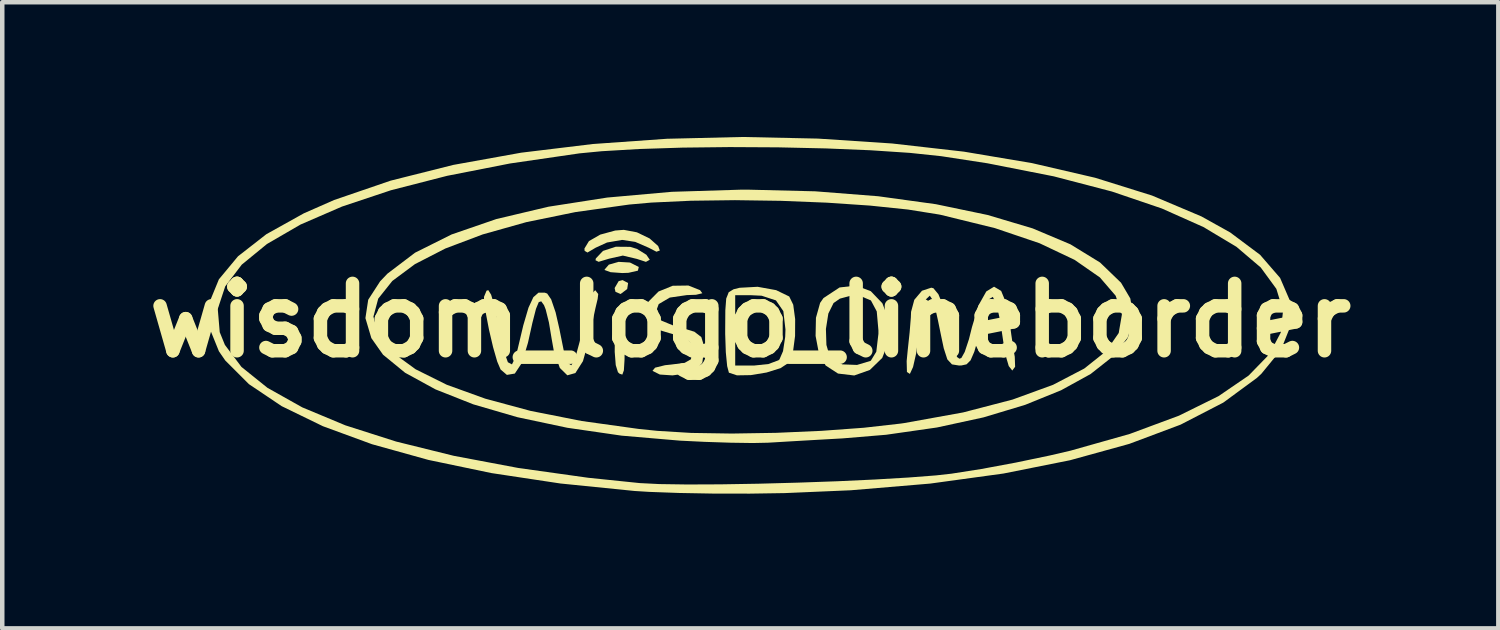
<source format=kicad_pcb>
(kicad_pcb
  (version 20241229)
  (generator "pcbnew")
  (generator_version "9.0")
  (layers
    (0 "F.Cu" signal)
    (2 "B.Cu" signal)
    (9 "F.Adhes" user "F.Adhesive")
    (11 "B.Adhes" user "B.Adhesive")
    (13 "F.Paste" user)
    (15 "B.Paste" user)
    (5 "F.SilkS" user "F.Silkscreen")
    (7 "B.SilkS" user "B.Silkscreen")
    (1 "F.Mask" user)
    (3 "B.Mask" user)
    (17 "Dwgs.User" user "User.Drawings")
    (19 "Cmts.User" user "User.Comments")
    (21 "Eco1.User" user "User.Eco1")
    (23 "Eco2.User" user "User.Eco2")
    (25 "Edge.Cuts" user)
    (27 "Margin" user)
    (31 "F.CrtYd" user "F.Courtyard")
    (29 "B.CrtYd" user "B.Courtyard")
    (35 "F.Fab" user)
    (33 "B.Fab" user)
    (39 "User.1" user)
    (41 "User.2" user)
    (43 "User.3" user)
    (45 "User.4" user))
  (footprint "wisdom_logo_lineborder"
    (layer "F.Cu")
    (at 13.657 4.082)
    (property "Reference" "wisdom_logo_lineborder" (at 0 0 0) (layer "F.SilkS") (effects (font (size 1.5 1.5) (thickness 0.3))))
    (attr board_only exclude_from_pos_files exclude_from_bom)
    (fp_poly (pts (xy -2.721 -0.83) (xy -2.741 -0.696) (xy -2.888 -0.585) (xy -3.002 -0.634) (xy -3.021 -0.718) (xy -2.931 -0.872) (xy -2.844 -0.895)) (stroke (width 0) (type solid)) (fill yes) (layer "F.SilkS"))
    (fp_poly (pts (xy -2.689 -1.287) (xy -2.67 -1.282) (xy -2.483 -1.187) (xy -2.503 -1.105) (xy -2.713 -1.057) (xy -2.853 -1.052) (xy -3.112 -1.071) (xy -3.242 -1.119) (xy -3.245 -1.129) (xy -3.15 -1.239) (xy -2.932 -1.301)) (stroke (width 0) (type solid)) (fill yes) (layer "F.SilkS"))
    (fp_poly (pts (xy -2.674 -1.635) (xy -2.522 -1.589) (xy -2.314 -1.459) (xy -2.238 -1.348) (xy -2.324 -1.301) (xy -2.526 -1.367) (xy -2.838 -1.441) (xy -3.148 -1.371) (xy -3.377 -1.302) (xy -3.447 -1.337) (xy -3.439 -1.378) (xy -3.28 -1.545) (xy -2.995 -1.638)) (stroke (width 0) (type solid)) (fill yes) (layer "F.SilkS"))
    (fp_poly (pts (xy -2.847 -0.217) (xy -2.809 0.049) (xy -2.797 0.441) (xy -2.8 0.872) (xy -2.815 1.115) (xy -2.849 1.209) (xy -2.909 1.191) (xy -2.947 1.156) (xy -2.996 0.998) (xy -3.019 0.703) (xy -3.016 0.35) (xy -2.991 0.017) (xy -2.946 -0.218) (xy -2.909 -0.28)) (stroke (width 0) (type solid)) (fill yes) (layer "F.SilkS"))
    (fp_poly (pts (xy -2.525 -1.959) (xy -2.243 -1.823) (xy -2.052 -1.654) (xy -2.014 -1.554) (xy -2.09 -1.527) (xy -2.263 -1.616) (xy -2.562 -1.746) (xy -2.853 -1.79) (xy -3.19 -1.732) (xy -3.444 -1.616) (xy -3.625 -1.509) (xy -3.689 -1.546) (xy -3.693 -1.598) (xy -3.593 -1.763) (xy -3.341 -1.908) (xy -3.007 -1.999) (xy -2.817 -2.014)) (stroke (width 0) (type solid)) (fill yes) (layer "F.SilkS"))
    (fp_poly (pts (xy 2.683 -0.648) (xy 2.941 -0.379) (xy 3.088 0.006) (xy 3.09 0.448) (xy 2.938 0.838) (xy 2.662 1.106) (xy 2.315 1.229) (xy 1.953 1.186) (xy 1.678 1.007) (xy 1.527 0.732) (xy 1.454 0.348) (xy 1.457 0.193) (xy 1.684 0.193) (xy 1.695 0.549) (xy 1.774 0.821) (xy 1.813 0.873) (xy 2.051 0.982) (xy 2.377 0.994) (xy 2.671 0.906) (xy 2.685 0.898) (xy 2.806 0.7) (xy 2.853 0.301) (xy 2.853 0.224) (xy 2.816 -0.198) (xy 2.686 -0.442) (xy 2.437 -0.547) (xy 2.274 -0.558) (xy 1.995 -0.482) (xy 1.854 -0.384) (xy 1.738 -0.15) (xy 1.684 0.193) (xy 1.457 0.193) (xy 1.462 -0.056) (xy 1.555 -0.388) (xy 1.63 -0.495) (xy 1.988 -0.731) (xy 2.352 -0.773)) (stroke (width 0) (type solid)) (fill yes) (layer "F.SilkS"))
    (fp_poly (pts (xy 0.576 -0.671) (xy 0.867 -0.53) (xy 0.956 -0.347) (xy 0.999 -0.026) (xy 0.997 0.35) (xy 0.951 0.7) (xy 0.861 0.941) (xy 0.858 0.944) (xy 0.673 1.066) (xy 0.362 1.163) (xy 0.011 1.221) (xy -0.297 1.226) (xy -0.476 1.167) (xy -0.515 1.021) (xy -0.545 0.713) (xy -0.559 0.303) (xy -0.559 0.214) (xy -0.556 -0.222) (xy -0.536 -0.485) (xy -0.506 -0.559) (xy -0.336 -0.559) (xy -0.336 0.224) (xy -0.336 1.007) (xy 0.09 1.007) (xy 0.403 0.974) (xy 0.626 0.891) (xy 0.649 0.873) (xy 0.729 0.687) (xy 0.777 0.371) (xy 0.783 0.205) (xy 0.736 -0.204) (xy 0.571 -0.443) (xy 0.253 -0.547) (xy 0.007 -0.559) (xy -0.336 -0.559) (xy -0.506 -0.559) (xy -0.481 -0.624) (xy -0.374 -0.69) (xy -0.238 -0.724) (xy 0.163 -0.746)) (stroke (width 0) (type solid)) (fill yes) (layer "F.SilkS"))
    (fp_poly (pts (xy -1.119 -0.671) (xy -1.068 -0.602) (xy -1.209 -0.568) (xy -1.413 -0.561) (xy -1.792 -0.506) (xy -2.039 -0.361) (xy -2.115 -0.155) (xy -2.102 -0.096) (xy -1.974 0.01) (xy -1.705 0.12) (xy -1.56 0.16) (xy -1.246 0.254) (xy -1.091 0.373) (xy -1.03 0.571) (xy -1.025 0.61) (xy -1.068 0.944) (xy -1.187 1.085) (xy -1.425 1.184) (xy -1.732 1.227) (xy -2.014 1.208) (xy -2.178 1.126) (xy -2.178 1.126) (xy -2.12 1.055) (xy -1.898 1) (xy -1.765 0.986) (xy -1.462 0.948) (xy -1.323 0.869) (xy -1.287 0.709) (xy -1.287 0.681) (xy -1.322 0.503) (xy -1.464 0.389) (xy -1.769 0.294) (xy -1.79 0.289) (xy -2.11 0.192) (xy -2.268 0.07) (xy -2.327 -0.123) (xy -2.328 -0.129) (xy -2.265 -0.418) (xy -2.043 -0.641) (xy -1.727 -0.769) (xy -1.378 -0.774)) (stroke (width 0) (type solid)) (fill yes) (layer "F.SilkS"))
    (fp_poly (pts (xy -3.386 -0.585) (xy -3.399 -0.476) (xy -3.449 -0.266) (xy -3.523 0.082) (xy -3.591 0.429) (xy -3.726 0.91) (xy -3.895 1.175) (xy -4.074 1.225) (xy -4.241 1.061) (xy -4.375 0.682) (xy -4.423 0.414) (xy -4.484 0.048) (xy -4.556 -0.241) (xy -4.593 -0.336) (xy -4.655 -0.422) (xy -4.71 -0.405) (xy -4.772 -0.255) (xy -4.852 0.057) (xy -4.951 0.502) (xy -5.084 0.946) (xy -5.243 1.186) (xy -5.42 1.216) (xy -5.56 1.096) (xy -5.635 0.92) (xy -5.727 0.6) (xy -5.818 0.211) (xy -5.891 -0.17) (xy -5.929 -0.468) (xy -5.93 -0.522) (xy -5.873 -0.659) (xy -5.834 -0.671) (xy -5.771 -0.57) (xy -5.691 -0.3) (xy -5.61 0.083) (xy -5.595 0.168) (xy -5.494 0.663) (xy -5.398 0.934) (xy -5.307 0.982) (xy -5.221 0.806) (xy -5.194 0.699) (xy -5.055 0.114) (xy -4.939 -0.281) (xy -4.831 -0.514) (xy -4.716 -0.615) (xy -4.577 -0.615) (xy -4.523 -0.596) (xy -4.434 -0.466) (xy -4.335 -0.176) (xy -4.246 0.212) (xy -4.243 0.232) (xy -4.15 0.694) (xy -4.067 0.951) (xy -3.985 1.001) (xy -3.898 0.84) (xy -3.796 0.464) (xy -3.692 -0.028) (xy -3.607 -0.372) (xy -3.515 -0.605) (xy -3.453 -0.671)) (stroke (width 0) (type solid)) (fill yes) (layer "F.SilkS"))
    (fp_poly (pts (xy 5.586 -0.654) (xy 5.71 -0.353) (xy 5.759 -0.076) (xy 5.813 0.327) (xy 5.867 0.687) (xy 5.889 0.811) (xy 5.897 1.035) (xy 5.834 1.119) (xy 5.755 1.019) (xy 5.68 0.764) (xy 5.65 0.587) (xy 5.563 0.003) (xy 5.48 -0.365) (xy 5.4 -0.521) (xy 5.318 -0.471) (xy 5.23 -0.222) (xy 5.209 -0.141) (xy 5.083 0.37) (xy 4.988 0.701) (xy 4.905 0.892) (xy 4.815 0.981) (xy 4.7 1.006) (xy 4.647 1.007) (xy 4.491 0.982) (xy 4.388 0.871) (xy 4.308 0.624) (xy 4.253 0.364) (xy 4.176 -0.011) (xy 4.11 -0.307) (xy 4.078 -0.427) (xy 3.997 -0.548) (xy 3.911 -0.467) (xy 3.829 -0.205) (xy 3.761 0.218) (xy 3.748 0.336) (xy 3.694 0.735) (xy 3.624 1.041) (xy 3.555 1.191) (xy 3.552 1.193) (xy 3.488 1.152) (xy 3.482 0.908) (xy 3.506 0.661) (xy 3.548 0.27) (xy 3.575 -0.061) (xy 3.58 -0.188) (xy 3.652 -0.456) (xy 3.823 -0.658) (xy 4.03 -0.726) (xy 4.078 -0.714) (xy 4.189 -0.579) (xy 4.304 -0.296) (xy 4.365 -0.075) (xy 4.472 0.391) (xy 4.548 0.676) (xy 4.604 0.818) (xy 4.657 0.856) (xy 4.7 0.839) (xy 4.775 0.705) (xy 4.869 0.421) (xy 4.936 0.153) (xy 5.085 -0.339) (xy 5.255 -0.642) (xy 5.428 -0.748)) (stroke (width 0) (type solid)) (fill yes) (layer "F.SilkS"))
    (fp_poly (pts (xy 1.447 -2.872) (xy 2.849 -2.762) (xy 4.133 -2.585) (xy 5.285 -2.345) (xy 6.288 -2.046) (xy 7.128 -1.692) (xy 7.788 -1.287) (xy 8.255 -0.837) (xy 8.462 -0.486) (xy 8.537 -0.048) (xy 8.404 0.384) (xy 8.079 0.801) (xy 7.58 1.195) (xy 6.921 1.558) (xy 6.12 1.883) (xy 5.193 2.162) (xy 4.156 2.387) (xy 3.025 2.549) (xy 2.052 2.63) (xy 1.501 2.661) (xy 0.965 2.692) (xy 0.528 2.718) (xy 0.392 2.726) (xy 0.056 2.733) (xy -0.435 2.726) (xy -1.013 2.707) (xy -1.567 2.68) (xy -2.863 2.569) (xy -4.076 2.393) (xy -5.185 2.158) (xy -6.17 1.871) (xy -7.011 1.538) (xy -7.687 1.168) (xy -8.178 0.766) (xy -8.438 0.397) (xy -8.57 -0.048) (xy -8.565 -0.082) (xy -8.392 -0.082) (xy -8.283 0.327) (xy -7.964 0.719) (xy -7.452 1.091) (xy -6.76 1.435) (xy -5.902 1.745) (xy -4.895 2.017) (xy -3.752 2.243) (xy -2.487 2.419) (xy -2.07 2.462) (xy -1.316 2.508) (xy -0.411 2.522) (xy 0.578 2.506) (xy 1.58 2.462) (xy 2.526 2.393) (xy 3.348 2.3) (xy 3.431 2.288) (xy 4.738 2.052) (xy 5.841 1.765) (xy 6.741 1.437) (xy 7.436 1.075) (xy 7.924 0.687) (xy 8.204 0.283) (xy 8.275 -0.131) (xy 8.136 -0.546) (xy 7.785 -0.954) (xy 7.221 -1.346) (xy 6.442 -1.715) (xy 5.448 -2.052) (xy 4.237 -2.349) (xy 4.188 -2.358) (xy 3.512 -2.466) (xy 2.667 -2.554) (xy 1.707 -2.619) (xy 0.686 -2.66) (xy -0.342 -2.675) (xy -1.324 -2.662) (xy -2.205 -2.621) (xy -2.699 -2.577) (xy -3.896 -2.409) (xy -4.989 -2.185) (xy -5.959 -1.912) (xy -6.791 -1.598) (xy -7.468 -1.25) (xy -7.971 -0.876) (xy -8.285 -0.482) (xy -8.392 -0.082) (xy -8.565 -0.082) (xy -8.508 -0.457) (xy -8.243 -0.867) (xy -8.079 -1.039) (xy -7.465 -1.505) (xy -6.652 -1.911) (xy -5.656 -2.254) (xy -4.495 -2.529) (xy -3.186 -2.733) (xy -1.746 -2.861) (xy -0.192 -2.909) (xy -0.058 -2.909)) (stroke (width 0) (type solid)) (fill yes) (layer "F.SilkS"))
    (fp_poly (pts (xy 1.504 -4.046) (xy 3.158 -3.937) (xy 4.757 -3.755) (xy 6.273 -3.5) (xy 7.678 -3.174) (xy 8.945 -2.778) (xy 10.045 -2.313) (xy 10.686 -1.956) (xy 11.351 -1.459) (xy 11.797 -0.944) (xy 12.025 -0.415) (xy 12.032 0.12) (xy 11.817 0.658) (xy 11.38 1.191) (xy 11.28 1.284) (xy 10.532 1.833) (xy 9.581 2.324) (xy 8.439 2.752) (xy 7.121 3.116) (xy 5.639 3.412) (xy 4.007 3.636) (xy 2.238 3.785) (xy 0.765 3.848) (xy -0.009 3.86) (xy -0.817 3.859) (xy -1.588 3.845) (xy -2.25 3.821) (xy -2.574 3.801) (xy -4.229 3.634) (xy -5.765 3.402) (xy -7.168 3.109) (xy -8.422 2.76) (xy -9.516 2.359) (xy -10.435 1.912) (xy -11.164 1.422) (xy -11.691 0.895) (xy -11.832 0.691) (xy -12.05 0.152) (xy -12.049 -0.252) (xy -11.858 -0.252) (xy -11.814 0.265) (xy -11.699 0.548) (xy -11.33 1.039) (xy -10.751 1.504) (xy -9.976 1.939) (xy -9.017 2.339) (xy -7.887 2.7) (xy -6.601 3.018) (xy -5.169 3.288) (xy -3.606 3.507) (xy -2.462 3.625) (xy -2.024 3.647) (xy -1.408 3.656) (xy -0.658 3.653) (xy 0.18 3.639) (xy 1.063 3.615) (xy 1.944 3.584) (xy 2.779 3.545) (xy 3.524 3.501) (xy 4.133 3.454) (xy 4.476 3.416) (xy 5.141 3.312) (xy 5.91 3.169) (xy 6.672 3.01) (xy 7.135 2.902) (xy 8.448 2.531) (xy 9.545 2.124) (xy 10.426 1.689) (xy 11.096 1.231) (xy 11.557 0.757) (xy 11.812 0.273) (xy 11.863 -0.215) (xy 11.714 -0.7) (xy 11.366 -1.176) (xy 10.824 -1.637) (xy 10.089 -2.077) (xy 9.165 -2.489) (xy 8.053 -2.867) (xy 6.758 -3.205) (xy 5.281 -3.496) (xy 4.252 -3.654) (xy 3.552 -3.728) (xy 2.679 -3.786) (xy 1.686 -3.827) (xy 0.623 -3.851) (xy -0.459 -3.857) (xy -1.508 -3.845) (xy -2.474 -3.814) (xy -3.306 -3.765) (xy -3.804 -3.717) (xy -5.349 -3.492) (xy -6.75 -3.217) (xy -8.001 -2.896) (xy -9.092 -2.532) (xy -10.015 -2.132) (xy -10.762 -1.699) (xy -11.324 -1.239) (xy -11.692 -0.755) (xy -11.858 -0.252) (xy -12.049 -0.252) (xy -12.049 -0.385) (xy -11.833 -0.912) (xy -11.407 -1.425) (xy -10.776 -1.917) (xy -9.943 -2.381) (xy -9.268 -2.678) (xy -8.01 -3.109) (xy -6.613 -3.46) (xy -5.102 -3.732) (xy -3.508 -3.925) (xy -1.857 -4.042) (xy -0.177 -4.082)) (stroke (width 0) (type solid)) (fill yes) (layer "F.SilkS")))
  (gr_rect
    (start -3 -3)
    (end 30.314 10.942)
    (stroke (width 0.1) (type default))
    (fill no)
    (layer "Edge.Cuts")))
</source>
